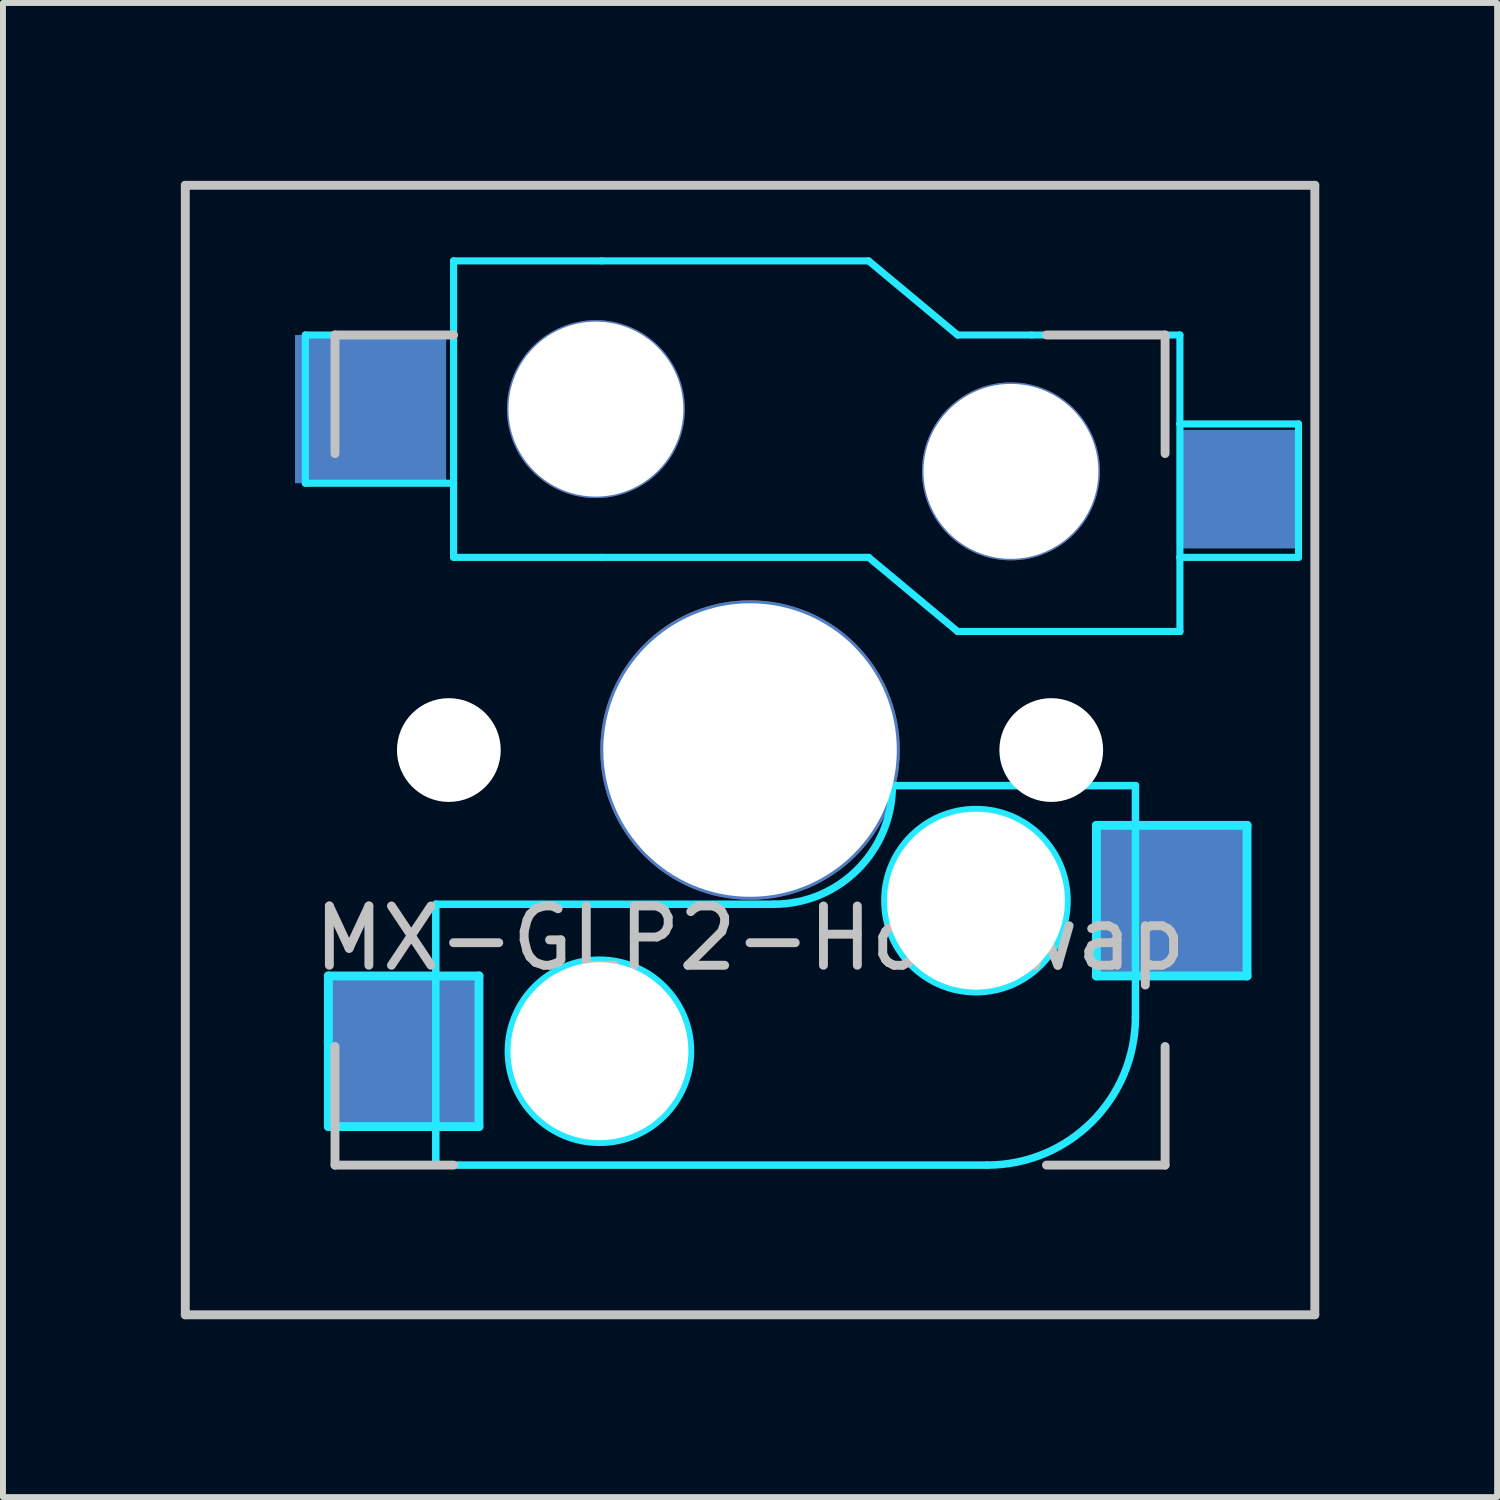
<source format=kicad_pcb>
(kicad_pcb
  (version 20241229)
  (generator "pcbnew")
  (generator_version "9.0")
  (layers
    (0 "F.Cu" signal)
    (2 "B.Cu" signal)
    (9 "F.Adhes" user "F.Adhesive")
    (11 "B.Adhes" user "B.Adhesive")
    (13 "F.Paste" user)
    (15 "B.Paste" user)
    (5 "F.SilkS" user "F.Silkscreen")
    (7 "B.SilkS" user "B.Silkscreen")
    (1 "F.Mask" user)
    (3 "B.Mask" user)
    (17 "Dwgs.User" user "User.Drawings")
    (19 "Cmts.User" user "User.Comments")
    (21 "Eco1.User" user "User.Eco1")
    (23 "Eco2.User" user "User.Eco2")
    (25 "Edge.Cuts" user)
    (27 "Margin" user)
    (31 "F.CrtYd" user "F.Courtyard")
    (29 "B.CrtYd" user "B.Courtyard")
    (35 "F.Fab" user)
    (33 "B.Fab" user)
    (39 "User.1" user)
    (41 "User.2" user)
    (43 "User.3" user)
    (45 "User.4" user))
  (footprint "MX-GLP2-HotSwap"
    (layer "F.Cu")
    (at 9.6 9.6)
    (property "Reference" "MX-GLP2-HotSwap" (at 0 3.175 0) (layer "Dwgs.User") (effects (font (size 1 1) (thickness 0.15))))
    (attr through_hole)
    (fp_line (start -9.525 -9.525) (end 9.525 -9.525) (stroke (width 0.15) (type solid)) (layer "Dwgs.User"))
    (fp_line (start -9.525 9.525) (end -9.525 -9.525) (stroke (width 0.15) (type solid)) (layer "Dwgs.User"))
    (fp_line (start -7 -7) (end -7 -5) (stroke (width 0.15) (type solid)) (layer "Dwgs.User"))
    (fp_line (start -7 5) (end -7 7) (stroke (width 0.15) (type solid)) (layer "Dwgs.User"))
    (fp_line (start -7 7) (end -5 7) (stroke (width 0.15) (type solid)) (layer "Dwgs.User"))
    (fp_line (start -5 -7) (end -7 -7) (stroke (width 0.15) (type solid)) (layer "Dwgs.User"))
    (fp_line (start 5 -7) (end 7 -7) (stroke (width 0.15) (type solid)) (layer "Dwgs.User"))
    (fp_line (start 5 7) (end 7 7) (stroke (width 0.15) (type solid)) (layer "Dwgs.User"))
    (fp_line (start 7 -7) (end 7 -5) (stroke (width 0.15) (type solid)) (layer "Dwgs.User"))
    (fp_line (start 7 7) (end 7 5) (stroke (width 0.15) (type solid)) (layer "Dwgs.User"))
    (fp_line (start 9.525 -9.525) (end 9.525 9.525) (stroke (width 0.15) (type solid)) (layer "Dwgs.User"))
    (fp_line (start 9.525 9.525) (end -9.525 9.525) (stroke (width 0.15) (type solid)) (layer "Dwgs.User"))
    (fp_line (start -7.5 -7) (end -5 -7) (stroke (width 0.12) (type solid)) (layer "B.CrtYd"))
    (fp_line (start -7.5 -4.5) (end -7.5 -7) (stroke (width 0.12) (type solid)) (layer "B.CrtYd"))
    (fp_line (start -7.112 3.81) (end -4.572 3.81) (stroke (width 0.15) (type solid)) (layer "B.CrtYd"))
    (fp_line (start -7.112 6.35) (end -7.112 3.81) (stroke (width 0.15) (type solid)) (layer "B.CrtYd"))
    (fp_line (start -5.3 7) (end -5.3 2.6) (stroke (width 0.127) (type solid)) (layer "B.CrtYd"))
    (fp_line (start -5.3 7) (end 4 7) (stroke (width 0.127) (type solid)) (layer "B.CrtYd"))
    (fp_line (start -5 -8.25) (end -5 -7) (stroke (width 0.12) (type solid)) (layer "B.CrtYd"))
    (fp_line (start -5 -7) (end -5 -4.5) (stroke (width 0.12) (type solid)) (layer "B.CrtYd"))
    (fp_line (start -5 -4.5) (end -7.5 -4.5) (stroke (width 0.12) (type solid)) (layer "B.CrtYd"))
    (fp_line (start -5 -3.25) (end -5 -4.5) (stroke (width 0.12) (type solid)) (layer "B.CrtYd"))
    (fp_line (start -4.572 3.81) (end -4.572 6.35) (stroke (width 0.15) (type solid)) (layer "B.CrtYd"))
    (fp_line (start -4.572 6.35) (end -7.112 6.35) (stroke (width 0.15) (type solid)) (layer "B.CrtYd"))
    (fp_line (start -2.5 -8.25) (end -5 -8.25) (stroke (width 0.12) (type solid)) (layer "B.CrtYd"))
    (fp_line (start -2.5 -3.25) (end -5 -3.25) (stroke (width 0.12) (type solid)) (layer "B.CrtYd"))
    (fp_line (start 0.4 2.6) (end -5.3 2.6) (stroke (width 0.127) (type solid)) (layer "B.CrtYd"))
    (fp_line (start 2 -8.25) (end -2.5 -8.25) (stroke (width 0.12) (type solid)) (layer "B.CrtYd"))
    (fp_line (start 2 -3.25) (end -2.5 -3.25) (stroke (width 0.12) (type solid)) (layer "B.CrtYd"))
    (fp_line (start 3.5 -7) (end 2 -8.25) (stroke (width 0.12) (type solid)) (layer "B.CrtYd"))
    (fp_line (start 3.5 -2) (end 2 -3.25) (stroke (width 0.12) (type solid)) (layer "B.CrtYd"))
    (fp_line (start 4.75 -7) (end 3.5 -7) (stroke (width 0.12) (type solid)) (layer "B.CrtYd"))
    (fp_line (start 4.75 -7) (end 7.25 -7) (stroke (width 0.12) (type solid)) (layer "B.CrtYd"))
    (fp_line (start 4.75 -2) (end 3.5 -2) (stroke (width 0.12) (type solid)) (layer "B.CrtYd"))
    (fp_line (start 4.75 -2) (end 7.25 -2) (stroke (width 0.12) (type solid)) (layer "B.CrtYd"))
    (fp_line (start 5.842 1.27) (end 5.842 3.81) (stroke (width 0.15) (type solid)) (layer "B.CrtYd"))
    (fp_line (start 5.842 3.81) (end 8.382 3.81) (stroke (width 0.15) (type solid)) (layer "B.CrtYd"))
    (fp_line (start 6.5 0.6) (end 2.4 0.6) (stroke (width 0.127) (type solid)) (layer "B.CrtYd"))
    (fp_line (start 6.5 4.5) (end 6.5 0.6) (stroke (width 0.127) (type solid)) (layer "B.CrtYd"))
    (fp_line (start 7.25 -7) (end 7.25 -5.5) (stroke (width 0.12) (type solid)) (layer "B.CrtYd"))
    (fp_line (start 7.25 -5.5) (end 9.25 -5.5) (stroke (width 0.12) (type solid)) (layer "B.CrtYd"))
    (fp_line (start 7.25 -3.25) (end 7.25 -5.5) (stroke (width 0.12) (type solid)) (layer "B.CrtYd"))
    (fp_line (start 7.25 -2) (end 7.25 -3.25) (stroke (width 0.12) (type solid)) (layer "B.CrtYd"))
    (fp_line (start 8.382 1.27) (end 5.842 1.27) (stroke (width 0.15) (type solid)) (layer "B.CrtYd"))
    (fp_line (start 8.382 3.81) (end 8.382 1.27) (stroke (width 0.15) (type solid)) (layer "B.CrtYd"))
    (fp_line (start 9.25 -5.5) (end 9.25 -3.25) (stroke (width 0.12) (type solid)) (layer "B.CrtYd"))
    (fp_line (start 9.25 -3.25) (end 7.25 -3.25) (stroke (width 0.12) (type solid)) (layer "B.CrtYd"))
    (fp_arc (start 2.4 0.6) (mid 1.814214 2.014214) (end 0.4 2.6) (stroke (width 0.127) (type solid)) (layer "B.CrtYd"))
    (fp_arc (start 6.5 4.5) (mid 5.767767 6.267767) (end 4 7) (stroke (width 0.127) (type solid)) (layer "B.CrtYd"))
    (fp_circle (center -2.54 5.08) (end -2.54 6.604) (stroke (width 0.15) (type solid)) (fill no) (layer "B.CrtYd"))
    (fp_circle (center 3.81 2.54) (end 3.81 4.064) (stroke (width 0.15) (type solid)) (fill no) (layer "B.CrtYd"))
    (pad "" np_thru_hole circle (at -5.08 0 48.1) (size 1.75 1.75) (drill 1.75) (layers "*.Cu" "*.Mask"))
    (pad "" np_thru_hole circle (at -2.6 -5.75 180) (size 3 3) (drill 2.95) (layers "*.Cu" "*.Mask"))
    (pad "" np_thru_hole circle (at -2.54 5.08 180) (size 3 3) (drill 3) (layers "*.Cu" "*.Mask"))
    (pad "" np_thru_hole circle (at 0 0) (size 5.05 5.05) (drill 4.95) (layers "*.Cu" "*.Mask"))
    (pad "" np_thru_hole circle (at 3.81 2.54 180) (size 3 3) (drill 3) (layers "*.Cu" "*.Mask"))
    (pad "" np_thru_hole circle (at 4.4 -4.7 180) (size 3 3) (drill 2.95) (layers "*.Cu" "*.Mask"))
    (pad "" np_thru_hole circle (at 5.08 0 48.1) (size 1.75 1.75) (drill 1.75) (layers "*.Cu" "*.Mask"))
    (pad "1" smd rect (at -6.4 -5.75 180) (size 2.55 2.5) (layers "B.Cu" "B.Mask" "B.Paste"))
    (pad "1" smd rect (at -5.842 5.08 180) (size 2.55 2.5) (layers "B.Cu" "B.Mask" "B.Paste"))
    (pad "2" smd rect (at 7.085 2.54 180) (size 2.55 2.5) (layers "B.Cu" "B.Mask" "B.Paste"))
    (pad "2" smd rect (at 8.2 -4.4 180) (size 2 2) (layers "B.Cu" "B.Mask" "B.Paste")))
  (gr_rect
    (start -3 -3)
    (end 22.2 22.2)
    (stroke (width 0.1) (type default))
    (fill no)
    (layer "Edge.Cuts")))
</source>
